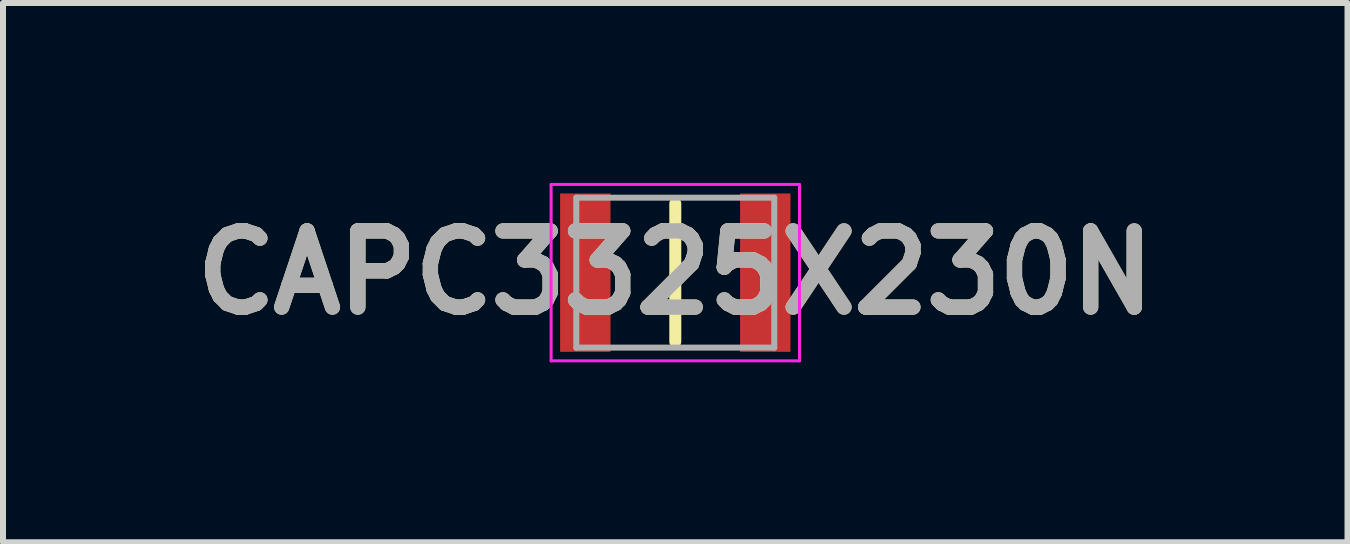
<source format=kicad_pcb>
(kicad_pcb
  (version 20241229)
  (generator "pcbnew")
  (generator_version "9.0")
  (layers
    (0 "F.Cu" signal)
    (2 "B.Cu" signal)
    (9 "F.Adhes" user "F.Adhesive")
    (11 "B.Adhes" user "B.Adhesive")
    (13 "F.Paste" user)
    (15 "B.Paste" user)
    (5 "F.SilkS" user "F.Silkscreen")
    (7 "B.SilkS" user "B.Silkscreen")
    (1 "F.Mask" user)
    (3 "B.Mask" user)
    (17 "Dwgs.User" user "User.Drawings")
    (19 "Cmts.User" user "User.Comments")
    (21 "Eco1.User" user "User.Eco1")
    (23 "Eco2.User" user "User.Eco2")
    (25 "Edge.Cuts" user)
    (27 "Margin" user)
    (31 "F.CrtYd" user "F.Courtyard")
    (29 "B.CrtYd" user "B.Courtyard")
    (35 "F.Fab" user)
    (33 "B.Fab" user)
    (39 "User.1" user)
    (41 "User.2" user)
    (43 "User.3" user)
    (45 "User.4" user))
  (footprint "CAPC3325X230N"
    (layer "F.Cu")
    (at 8.207 1.495)
    (property "Reference" "CAPC3325X230N" (at 0 0 0) (layer "F.SilkS") (effects (font (size 1.27 1.27) (thickness 0.254))))
    (attr smd)
    (fp_line (start 0 -1.15) (end 0 1.15) (stroke (width 0.2) (type solid)) (layer "F.SilkS"))
    (fp_line (start -2.07 -1.47) (end 2.07 -1.47) (stroke (width 0.05) (type solid)) (layer "F.CrtYd"))
    (fp_line (start -2.07 1.47) (end -2.07 -1.47) (stroke (width 0.05) (type solid)) (layer "F.CrtYd"))
    (fp_line (start 2.07 -1.47) (end 2.07 1.47) (stroke (width 0.05) (type solid)) (layer "F.CrtYd"))
    (fp_line (start 2.07 1.47) (end -2.07 1.47) (stroke (width 0.05) (type solid)) (layer "F.CrtYd"))
    (fp_line (start -1.65 -1.25) (end 1.65 -1.25) (stroke (width 0.1) (type solid)) (layer "F.Fab"))
    (fp_line (start -1.65 1.25) (end -1.65 -1.25) (stroke (width 0.1) (type solid)) (layer "F.Fab"))
    (fp_line (start 1.65 -1.25) (end 1.65 1.25) (stroke (width 0.1) (type solid)) (layer "F.Fab"))
    (fp_line (start 1.65 1.25) (end -1.65 1.25) (stroke (width 0.1) (type solid)) (layer "F.Fab"))
    (fp_text user "${REFERENCE}" (at 0 0 0) (layer "F.Fab") (effects (font (size 1.27 1.27) (thickness 0.254))))
    (pad "1" smd rect (at -1.5 0) (size 0.84 2.64) (layers "F.Cu" "F.Mask" "F.Paste"))
    (pad "2" smd rect (at 1.5 0) (size 0.84 2.64) (layers "F.Cu" "F.Mask" "F.Paste")))
  (gr_rect
    (start -3 -3)
    (end 19.413 5.99)
    (stroke (width 0.1) (type default))
    (fill no)
    (layer "Edge.Cuts")))
</source>
